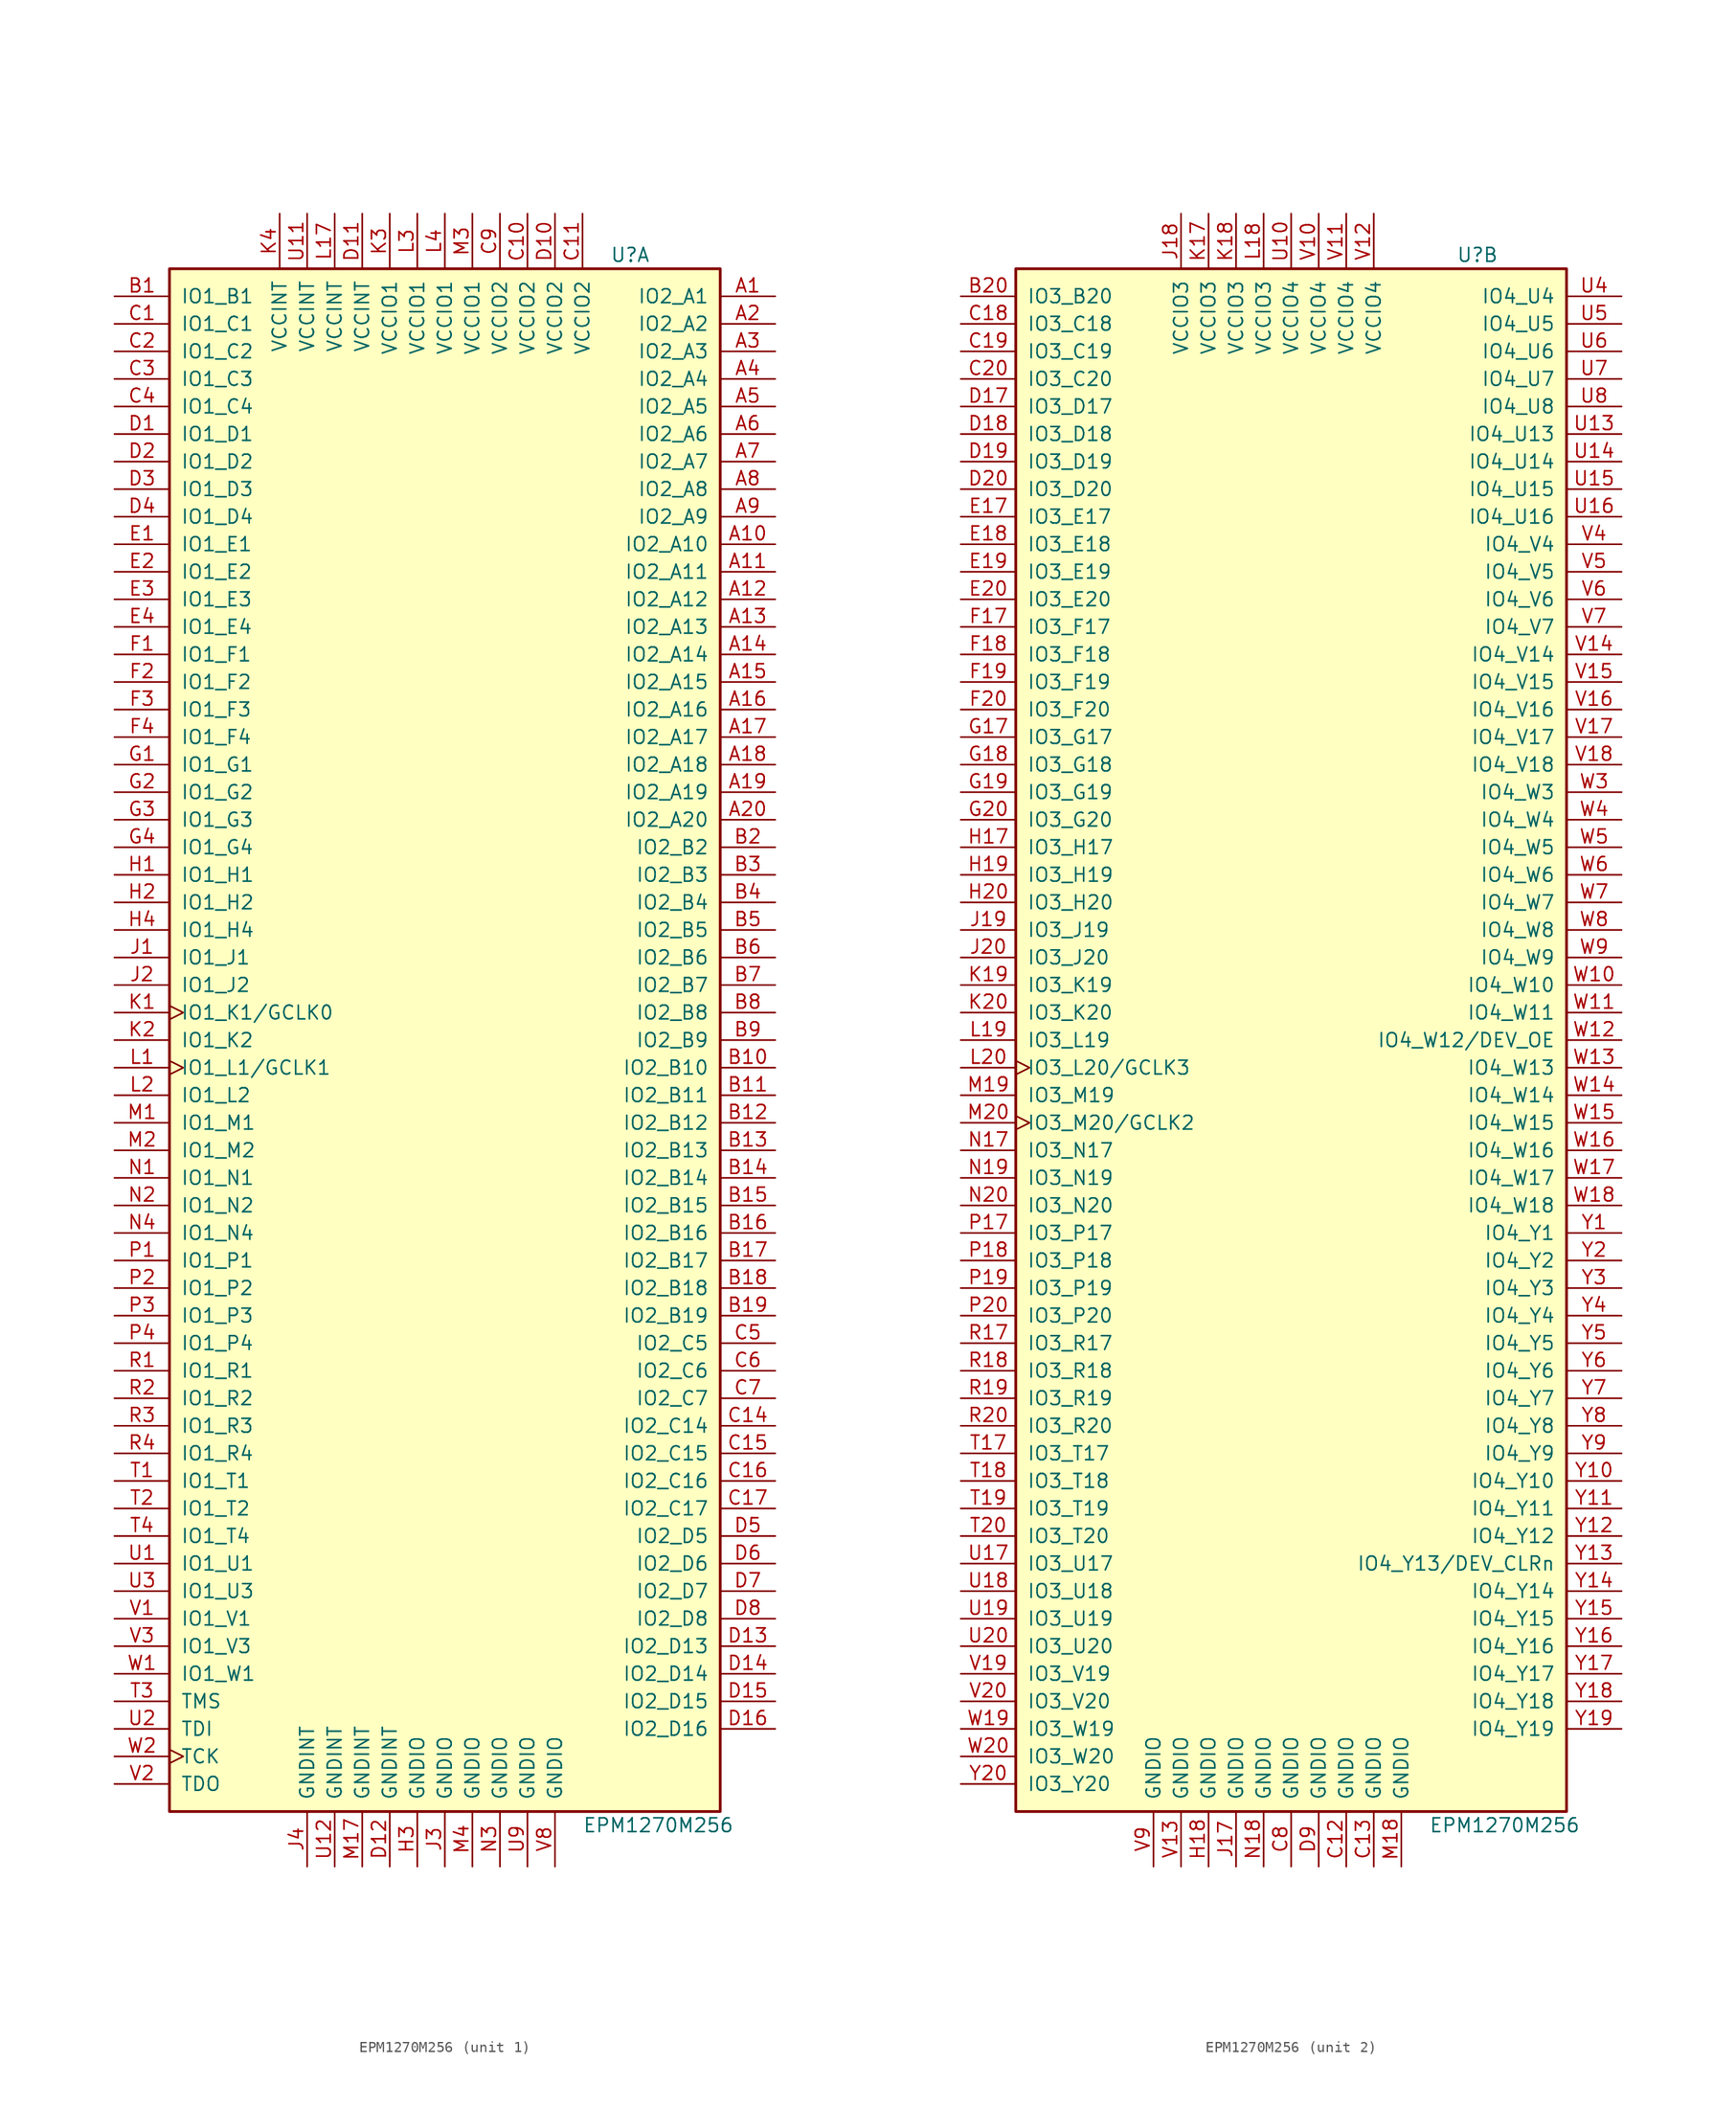
<source format=kicad_sym>
(kicad_symbol_lib
  (version 20211014)
  (generator kicad_symbol_editor)
  (symbol "EPM1270M256"
    (pin_names
      (offset 1.016))
    (property "Reference" "U"
      (at 15.24 72.39 0)
      (effects (font (size 1.27 1.27)) (justify left)))
    (property "Value" "EPM1270M256"
      (at 12.7 -72.39 0)
      (effects (font (size 1.27 1.27)) (justify left)))
    (property "ki_locked" ""
      (at 0 0 0)
      (effects (font (size 1.27 1.27))))
    (symbol "EPM1270M256_1_1"
      (rectangle (start -25.4 71.12) (end 25.4 -71.12) (stroke (width 0.254) (type default) (color 0 0 0 0)) (fill (type background)))
      (pin bidirectional line (at 30.48 68.58 180) (length 5.08) (name "IO2_A1" (effects (font (size 1.27 1.27)))) (number "A1" (effects (font (size 1.27 1.27)))))
      (pin bidirectional line (at 30.48 45.72 180) (length 5.08) (name "IO2_A10" (effects (font (size 1.27 1.27)))) (number "A10" (effects (font (size 1.27 1.27)))))
      (pin bidirectional line (at 30.48 43.18 180) (length 5.08) (name "IO2_A11" (effects (font (size 1.27 1.27)))) (number "A11" (effects (font (size 1.27 1.27)))))
      (pin bidirectional line (at 30.48 40.64 180) (length 5.08) (name "IO2_A12" (effects (font (size 1.27 1.27)))) (number "A12" (effects (font (size 1.27 1.27)))))
      (pin bidirectional line (at 30.48 38.1 180) (length 5.08) (name "IO2_A13" (effects (font (size 1.27 1.27)))) (number "A13" (effects (font (size 1.27 1.27)))))
      (pin bidirectional line (at 30.48 35.56 180) (length 5.08) (name "IO2_A14" (effects (font (size 1.27 1.27)))) (number "A14" (effects (font (size 1.27 1.27)))))
      (pin bidirectional line (at 30.48 33.02 180) (length 5.08) (name "IO2_A15" (effects (font (size 1.27 1.27)))) (number "A15" (effects (font (size 1.27 1.27)))))
      (pin bidirectional line (at 30.48 30.48 180) (length 5.08) (name "IO2_A16" (effects (font (size 1.27 1.27)))) (number "A16" (effects (font (size 1.27 1.27)))))
      (pin bidirectional line (at 30.48 27.94 180) (length 5.08) (name "IO2_A17" (effects (font (size 1.27 1.27)))) (number "A17" (effects (font (size 1.27 1.27)))))
      (pin bidirectional line (at 30.48 25.4 180) (length 5.08) (name "IO2_A18" (effects (font (size 1.27 1.27)))) (number "A18" (effects (font (size 1.27 1.27)))))
      (pin bidirectional line (at 30.48 22.86 180) (length 5.08) (name "IO2_A19" (effects (font (size 1.27 1.27)))) (number "A19" (effects (font (size 1.27 1.27)))))
      (pin bidirectional line (at 30.48 66.04 180) (length 5.08) (name "IO2_A2" (effects (font (size 1.27 1.27)))) (number "A2" (effects (font (size 1.27 1.27)))))
      (pin bidirectional line (at 30.48 20.32 180) (length 5.08) (name "IO2_A20" (effects (font (size 1.27 1.27)))) (number "A20" (effects (font (size 1.27 1.27)))))
      (pin bidirectional line (at 30.48 63.5 180) (length 5.08) (name "IO2_A3" (effects (font (size 1.27 1.27)))) (number "A3" (effects (font (size 1.27 1.27)))))
      (pin bidirectional line (at 30.48 60.96 180) (length 5.08) (name "IO2_A4" (effects (font (size 1.27 1.27)))) (number "A4" (effects (font (size 1.27 1.27)))))
      (pin bidirectional line (at 30.48 58.42 180) (length 5.08) (name "IO2_A5" (effects (font (size 1.27 1.27)))) (number "A5" (effects (font (size 1.27 1.27)))))
      (pin bidirectional line (at 30.48 55.88 180) (length 5.08) (name "IO2_A6" (effects (font (size 1.27 1.27)))) (number "A6" (effects (font (size 1.27 1.27)))))
      (pin bidirectional line (at 30.48 53.34 180) (length 5.08) (name "IO2_A7" (effects (font (size 1.27 1.27)))) (number "A7" (effects (font (size 1.27 1.27)))))
      (pin bidirectional line (at 30.48 50.8 180) (length 5.08) (name "IO2_A8" (effects (font (size 1.27 1.27)))) (number "A8" (effects (font (size 1.27 1.27)))))
      (pin bidirectional line (at 30.48 48.26 180) (length 5.08) (name "IO2_A9" (effects (font (size 1.27 1.27)))) (number "A9" (effects (font (size 1.27 1.27)))))
      (pin bidirectional line (at -30.48 68.58 0) (length 5.08) (name "IO1_B1" (effects (font (size 1.27 1.27)))) (number "B1" (effects (font (size 1.27 1.27)))))
      (pin bidirectional line (at 30.48 -2.54 180) (length 5.08) (name "IO2_B10" (effects (font (size 1.27 1.27)))) (number "B10" (effects (font (size 1.27 1.27)))))
      (pin bidirectional line (at 30.48 -5.08 180) (length 5.08) (name "IO2_B11" (effects (font (size 1.27 1.27)))) (number "B11" (effects (font (size 1.27 1.27)))))
      (pin bidirectional line (at 30.48 -7.62 180) (length 5.08) (name "IO2_B12" (effects (font (size 1.27 1.27)))) (number "B12" (effects (font (size 1.27 1.27)))))
      (pin bidirectional line (at 30.48 -10.16 180) (length 5.08) (name "IO2_B13" (effects (font (size 1.27 1.27)))) (number "B13" (effects (font (size 1.27 1.27)))))
      (pin bidirectional line (at 30.48 -12.7 180) (length 5.08) (name "IO2_B14" (effects (font (size 1.27 1.27)))) (number "B14" (effects (font (size 1.27 1.27)))))
      (pin bidirectional line (at 30.48 -15.24 180) (length 5.08) (name "IO2_B15" (effects (font (size 1.27 1.27)))) (number "B15" (effects (font (size 1.27 1.27)))))
      (pin bidirectional line (at 30.48 -17.78 180) (length 5.08) (name "IO2_B16" (effects (font (size 1.27 1.27)))) (number "B16" (effects (font (size 1.27 1.27)))))
      (pin bidirectional line (at 30.48 -20.32 180) (length 5.08) (name "IO2_B17" (effects (font (size 1.27 1.27)))) (number "B17" (effects (font (size 1.27 1.27)))))
      (pin bidirectional line (at 30.48 -22.86 180) (length 5.08) (name "IO2_B18" (effects (font (size 1.27 1.27)))) (number "B18" (effects (font (size 1.27 1.27)))))
      (pin bidirectional line (at 30.48 -25.4 180) (length 5.08) (name "IO2_B19" (effects (font (size 1.27 1.27)))) (number "B19" (effects (font (size 1.27 1.27)))))
      (pin bidirectional line (at 30.48 17.78 180) (length 5.08) (name "IO2_B2" (effects (font (size 1.27 1.27)))) (number "B2" (effects (font (size 1.27 1.27)))))
      (pin bidirectional line (at 30.48 15.24 180) (length 5.08) (name "IO2_B3" (effects (font (size 1.27 1.27)))) (number "B3" (effects (font (size 1.27 1.27)))))
      (pin bidirectional line (at 30.48 12.7 180) (length 5.08) (name "IO2_B4" (effects (font (size 1.27 1.27)))) (number "B4" (effects (font (size 1.27 1.27)))))
      (pin bidirectional line (at 30.48 10.16 180) (length 5.08) (name "IO2_B5" (effects (font (size 1.27 1.27)))) (number "B5" (effects (font (size 1.27 1.27)))))
      (pin bidirectional line (at 30.48 7.62 180) (length 5.08) (name "IO2_B6" (effects (font (size 1.27 1.27)))) (number "B6" (effects (font (size 1.27 1.27)))))
      (pin bidirectional line (at 30.48 5.08 180) (length 5.08) (name "IO2_B7" (effects (font (size 1.27 1.27)))) (number "B7" (effects (font (size 1.27 1.27)))))
      (pin bidirectional line (at 30.48 2.54 180) (length 5.08) (name "IO2_B8" (effects (font (size 1.27 1.27)))) (number "B8" (effects (font (size 1.27 1.27)))))
      (pin bidirectional line (at 30.48 0 180) (length 5.08) (name "IO2_B9" (effects (font (size 1.27 1.27)))) (number "B9" (effects (font (size 1.27 1.27)))))
      (pin bidirectional line (at -30.48 66.04 0) (length 5.08) (name "IO1_C1" (effects (font (size 1.27 1.27)))) (number "C1" (effects (font (size 1.27 1.27)))))
      (pin power_in line (at 7.62 76.2 270) (length 5.08) (name "VCCIO2" (effects (font (size 1.27 1.27)))) (number "C10" (effects (font (size 1.27 1.27)))))
      (pin power_in line (at 12.7 76.2 270) (length 5.08) (name "VCCIO2" (effects (font (size 1.27 1.27)))) (number "C11" (effects (font (size 1.27 1.27)))))
      (pin bidirectional line (at 30.48 -35.56 180) (length 5.08) (name "IO2_C14" (effects (font (size 1.27 1.27)))) (number "C14" (effects (font (size 1.27 1.27)))))
      (pin bidirectional line (at 30.48 -38.1 180) (length 5.08) (name "IO2_C15" (effects (font (size 1.27 1.27)))) (number "C15" (effects (font (size 1.27 1.27)))))
      (pin bidirectional line (at 30.48 -40.64 180) (length 5.08) (name "IO2_C16" (effects (font (size 1.27 1.27)))) (number "C16" (effects (font (size 1.27 1.27)))))
      (pin bidirectional line (at 30.48 -43.18 180) (length 5.08) (name "IO2_C17" (effects (font (size 1.27 1.27)))) (number "C17" (effects (font (size 1.27 1.27)))))
      (pin bidirectional line (at -30.48 63.5 0) (length 5.08) (name "IO1_C2" (effects (font (size 1.27 1.27)))) (number "C2" (effects (font (size 1.27 1.27)))))
      (pin bidirectional line (at -30.48 60.96 0) (length 5.08) (name "IO1_C3" (effects (font (size 1.27 1.27)))) (number "C3" (effects (font (size 1.27 1.27)))))
      (pin bidirectional line (at -30.48 58.42 0) (length 5.08) (name "IO1_C4" (effects (font (size 1.27 1.27)))) (number "C4" (effects (font (size 1.27 1.27)))))
      (pin bidirectional line (at 30.48 -27.94 180) (length 5.08) (name "IO2_C5" (effects (font (size 1.27 1.27)))) (number "C5" (effects (font (size 1.27 1.27)))))
      (pin bidirectional line (at 30.48 -30.48 180) (length 5.08) (name "IO2_C6" (effects (font (size 1.27 1.27)))) (number "C6" (effects (font (size 1.27 1.27)))))
      (pin bidirectional line (at 30.48 -33.02 180) (length 5.08) (name "IO2_C7" (effects (font (size 1.27 1.27)))) (number "C7" (effects (font (size 1.27 1.27)))))
      (pin power_in line (at 5.08 76.2 270) (length 5.08) (name "VCCIO2" (effects (font (size 1.27 1.27)))) (number "C9" (effects (font (size 1.27 1.27)))))
      (pin bidirectional line (at -30.48 55.88 0) (length 5.08) (name "IO1_D1" (effects (font (size 1.27 1.27)))) (number "D1" (effects (font (size 1.27 1.27)))))
      (pin power_in line (at 10.16 76.2 270) (length 5.08) (name "VCCIO2" (effects (font (size 1.27 1.27)))) (number "D10" (effects (font (size 1.27 1.27)))))
      (pin power_in line (at -7.62 76.2 270) (length 5.08) (name "VCCINT" (effects (font (size 1.27 1.27)))) (number "D11" (effects (font (size 1.27 1.27)))))
      (pin power_in line (at -5.08 -76.2 90) (length 5.08) (name "GNDINT" (effects (font (size 1.27 1.27)))) (number "D12" (effects (font (size 1.27 1.27)))))
      (pin bidirectional line (at 30.48 -55.88 180) (length 5.08) (name "IO2_D13" (effects (font (size 1.27 1.27)))) (number "D13" (effects (font (size 1.27 1.27)))))
      (pin bidirectional line (at 30.48 -58.42 180) (length 5.08) (name "IO2_D14" (effects (font (size 1.27 1.27)))) (number "D14" (effects (font (size 1.27 1.27)))))
      (pin bidirectional line (at 30.48 -60.96 180) (length 5.08) (name "IO2_D15" (effects (font (size 1.27 1.27)))) (number "D15" (effects (font (size 1.27 1.27)))))
      (pin bidirectional line (at 30.48 -63.5 180) (length 5.08) (name "IO2_D16" (effects (font (size 1.27 1.27)))) (number "D16" (effects (font (size 1.27 1.27)))))
      (pin bidirectional line (at -30.48 53.34 0) (length 5.08) (name "IO1_D2" (effects (font (size 1.27 1.27)))) (number "D2" (effects (font (size 1.27 1.27)))))
      (pin bidirectional line (at -30.48 50.8 0) (length 5.08) (name "IO1_D3" (effects (font (size 1.27 1.27)))) (number "D3" (effects (font (size 1.27 1.27)))))
      (pin bidirectional line (at -30.48 48.26 0) (length 5.08) (name "IO1_D4" (effects (font (size 1.27 1.27)))) (number "D4" (effects (font (size 1.27 1.27)))))
      (pin bidirectional line (at 30.48 -45.72 180) (length 5.08) (name "IO2_D5" (effects (font (size 1.27 1.27)))) (number "D5" (effects (font (size 1.27 1.27)))))
      (pin bidirectional line (at 30.48 -48.26 180) (length 5.08) (name "IO2_D6" (effects (font (size 1.27 1.27)))) (number "D6" (effects (font (size 1.27 1.27)))))
      (pin bidirectional line (at 30.48 -50.8 180) (length 5.08) (name "IO2_D7" (effects (font (size 1.27 1.27)))) (number "D7" (effects (font (size 1.27 1.27)))))
      (pin bidirectional line (at 30.48 -53.34 180) (length 5.08) (name "IO2_D8" (effects (font (size 1.27 1.27)))) (number "D8" (effects (font (size 1.27 1.27)))))
      (pin bidirectional line (at -30.48 45.72 0) (length 5.08) (name "IO1_E1" (effects (font (size 1.27 1.27)))) (number "E1" (effects (font (size 1.27 1.27)))))
      (pin bidirectional line (at -30.48 43.18 0) (length 5.08) (name "IO1_E2" (effects (font (size 1.27 1.27)))) (number "E2" (effects (font (size 1.27 1.27)))))
      (pin bidirectional line (at -30.48 40.64 0) (length 5.08) (name "IO1_E3" (effects (font (size 1.27 1.27)))) (number "E3" (effects (font (size 1.27 1.27)))))
      (pin bidirectional line (at -30.48 38.1 0) (length 5.08) (name "IO1_E4" (effects (font (size 1.27 1.27)))) (number "E4" (effects (font (size 1.27 1.27)))))
      (pin bidirectional line (at -30.48 35.56 0) (length 5.08) (name "IO1_F1" (effects (font (size 1.27 1.27)))) (number "F1" (effects (font (size 1.27 1.27)))))
      (pin bidirectional line (at -30.48 33.02 0) (length 5.08) (name "IO1_F2" (effects (font (size 1.27 1.27)))) (number "F2" (effects (font (size 1.27 1.27)))))
      (pin bidirectional line (at -30.48 30.48 0) (length 5.08) (name "IO1_F3" (effects (font (size 1.27 1.27)))) (number "F3" (effects (font (size 1.27 1.27)))))
      (pin bidirectional line (at -30.48 27.94 0) (length 5.08) (name "IO1_F4" (effects (font (size 1.27 1.27)))) (number "F4" (effects (font (size 1.27 1.27)))))
      (pin bidirectional line (at -30.48 25.4 0) (length 5.08) (name "IO1_G1" (effects (font (size 1.27 1.27)))) (number "G1" (effects (font (size 1.27 1.27)))))
      (pin bidirectional line (at -30.48 22.86 0) (length 5.08) (name "IO1_G2" (effects (font (size 1.27 1.27)))) (number "G2" (effects (font (size 1.27 1.27)))))
      (pin bidirectional line (at -30.48 20.32 0) (length 5.08) (name "IO1_G3" (effects (font (size 1.27 1.27)))) (number "G3" (effects (font (size 1.27 1.27)))))
      (pin bidirectional line (at -30.48 17.78 0) (length 5.08) (name "IO1_G4" (effects (font (size 1.27 1.27)))) (number "G4" (effects (font (size 1.27 1.27)))))
      (pin bidirectional line (at -30.48 15.24 0) (length 5.08) (name "IO1_H1" (effects (font (size 1.27 1.27)))) (number "H1" (effects (font (size 1.27 1.27)))))
      (pin bidirectional line (at -30.48 12.7 0) (length 5.08) (name "IO1_H2" (effects (font (size 1.27 1.27)))) (number "H2" (effects (font (size 1.27 1.27)))))
      (pin power_in line (at -2.54 -76.2 90) (length 5.08) (name "GNDIO" (effects (font (size 1.27 1.27)))) (number "H3" (effects (font (size 1.27 1.27)))))
      (pin bidirectional line (at -30.48 10.16 0) (length 5.08) (name "IO1_H4" (effects (font (size 1.27 1.27)))) (number "H4" (effects (font (size 1.27 1.27)))))
      (pin bidirectional line (at -30.48 7.62 0) (length 5.08) (name "IO1_J1" (effects (font (size 1.27 1.27)))) (number "J1" (effects (font (size 1.27 1.27)))))
      (pin bidirectional line (at -30.48 5.08 0) (length 5.08) (name "IO1_J2" (effects (font (size 1.27 1.27)))) (number "J2" (effects (font (size 1.27 1.27)))))
      (pin power_in line (at 0 -76.2 90) (length 5.08) (name "GNDIO" (effects (font (size 1.27 1.27)))) (number "J3" (effects (font (size 1.27 1.27)))))
      (pin power_in line (at -12.7 -76.2 90) (length 5.08) (name "GNDINT" (effects (font (size 1.27 1.27)))) (number "J4" (effects (font (size 1.27 1.27)))))
      (pin bidirectional clock (at -30.48 2.54 0) (length 5.08) (name "IO1_K1/GCLK0" (effects (font (size 1.27 1.27)))) (number "K1" (effects (font (size 1.27 1.27)))))
      (pin bidirectional line (at -30.48 0 0) (length 5.08) (name "IO1_K2" (effects (font (size 1.27 1.27)))) (number "K2" (effects (font (size 1.27 1.27)))))
      (pin power_in line (at -5.08 76.2 270) (length 5.08) (name "VCCIO1" (effects (font (size 1.27 1.27)))) (number "K3" (effects (font (size 1.27 1.27)))))
      (pin power_in line (at -15.24 76.2 270) (length 5.08) (name "VCCINT" (effects (font (size 1.27 1.27)))) (number "K4" (effects (font (size 1.27 1.27)))))
      (pin bidirectional clock (at -30.48 -2.54 0) (length 5.08) (name "IO1_L1/GCLK1" (effects (font (size 1.27 1.27)))) (number "L1" (effects (font (size 1.27 1.27)))))
      (pin power_in line (at -10.16 76.2 270) (length 5.08) (name "VCCINT" (effects (font (size 1.27 1.27)))) (number "L17" (effects (font (size 1.27 1.27)))))
      (pin bidirectional line (at -30.48 -5.08 0) (length 5.08) (name "IO1_L2" (effects (font (size 1.27 1.27)))) (number "L2" (effects (font (size 1.27 1.27)))))
      (pin power_in line (at -2.54 76.2 270) (length 5.08) (name "VCCIO1" (effects (font (size 1.27 1.27)))) (number "L3" (effects (font (size 1.27 1.27)))))
      (pin power_in line (at 0 76.2 270) (length 5.08) (name "VCCIO1" (effects (font (size 1.27 1.27)))) (number "L4" (effects (font (size 1.27 1.27)))))
      (pin bidirectional line (at -30.48 -7.62 0) (length 5.08) (name "IO1_M1" (effects (font (size 1.27 1.27)))) (number "M1" (effects (font (size 1.27 1.27)))))
      (pin power_in line (at -7.62 -76.2 90) (length 5.08) (name "GNDINT" (effects (font (size 1.27 1.27)))) (number "M17" (effects (font (size 1.27 1.27)))))
      (pin bidirectional line (at -30.48 -10.16 0) (length 5.08) (name "IO1_M2" (effects (font (size 1.27 1.27)))) (number "M2" (effects (font (size 1.27 1.27)))))
      (pin power_in line (at 2.54 76.2 270) (length 5.08) (name "VCCIO1" (effects (font (size 1.27 1.27)))) (number "M3" (effects (font (size 1.27 1.27)))))
      (pin power_in line (at 2.54 -76.2 90) (length 5.08) (name "GNDIO" (effects (font (size 1.27 1.27)))) (number "M4" (effects (font (size 1.27 1.27)))))
      (pin bidirectional line (at -30.48 -12.7 0) (length 5.08) (name "IO1_N1" (effects (font (size 1.27 1.27)))) (number "N1" (effects (font (size 1.27 1.27)))))
      (pin bidirectional line (at -30.48 -15.24 0) (length 5.08) (name "IO1_N2" (effects (font (size 1.27 1.27)))) (number "N2" (effects (font (size 1.27 1.27)))))
      (pin power_in line (at 5.08 -76.2 90) (length 5.08) (name "GNDIO" (effects (font (size 1.27 1.27)))) (number "N3" (effects (font (size 1.27 1.27)))))
      (pin bidirectional line (at -30.48 -17.78 0) (length 5.08) (name "IO1_N4" (effects (font (size 1.27 1.27)))) (number "N4" (effects (font (size 1.27 1.27)))))
      (pin bidirectional line (at -30.48 -20.32 0) (length 5.08) (name "IO1_P1" (effects (font (size 1.27 1.27)))) (number "P1" (effects (font (size 1.27 1.27)))))
      (pin bidirectional line (at -30.48 -22.86 0) (length 5.08) (name "IO1_P2" (effects (font (size 1.27 1.27)))) (number "P2" (effects (font (size 1.27 1.27)))))
      (pin bidirectional line (at -30.48 -25.4 0) (length 5.08) (name "IO1_P3" (effects (font (size 1.27 1.27)))) (number "P3" (effects (font (size 1.27 1.27)))))
      (pin bidirectional line (at -30.48 -27.94 0) (length 5.08) (name "IO1_P4" (effects (font (size 1.27 1.27)))) (number "P4" (effects (font (size 1.27 1.27)))))
      (pin bidirectional line (at -30.48 -30.48 0) (length 5.08) (name "IO1_R1" (effects (font (size 1.27 1.27)))) (number "R1" (effects (font (size 1.27 1.27)))))
      (pin bidirectional line (at -30.48 -33.02 0) (length 5.08) (name "IO1_R2" (effects (font (size 1.27 1.27)))) (number "R2" (effects (font (size 1.27 1.27)))))
      (pin bidirectional line (at -30.48 -35.56 0) (length 5.08) (name "IO1_R3" (effects (font (size 1.27 1.27)))) (number "R3" (effects (font (size 1.27 1.27)))))
      (pin bidirectional line (at -30.48 -38.1 0) (length 5.08) (name "IO1_R4" (effects (font (size 1.27 1.27)))) (number "R4" (effects (font (size 1.27 1.27)))))
      (pin bidirectional line (at -30.48 -40.64 0) (length 5.08) (name "IO1_T1" (effects (font (size 1.27 1.27)))) (number "T1" (effects (font (size 1.27 1.27)))))
      (pin bidirectional line (at -30.48 -43.18 0) (length 5.08) (name "IO1_T2" (effects (font (size 1.27 1.27)))) (number "T2" (effects (font (size 1.27 1.27)))))
      (pin input line (at -30.48 -60.96 0) (length 5.08) (name "TMS" (effects (font (size 1.27 1.27)))) (number "T3" (effects (font (size 1.27 1.27)))))
      (pin bidirectional line (at -30.48 -45.72 0) (length 5.08) (name "IO1_T4" (effects (font (size 1.27 1.27)))) (number "T4" (effects (font (size 1.27 1.27)))))
      (pin bidirectional line (at -30.48 -48.26 0) (length 5.08) (name "IO1_U1" (effects (font (size 1.27 1.27)))) (number "U1" (effects (font (size 1.27 1.27)))))
      (pin power_in line (at -12.7 76.2 270) (length 5.08) (name "VCCINT" (effects (font (size 1.27 1.27)))) (number "U11" (effects (font (size 1.27 1.27)))))
      (pin power_in line (at -10.16 -76.2 90) (length 5.08) (name "GNDINT" (effects (font (size 1.27 1.27)))) (number "U12" (effects (font (size 1.27 1.27)))))
      (pin input line (at -30.48 -63.5 0) (length 5.08) (name "TDI" (effects (font (size 1.27 1.27)))) (number "U2" (effects (font (size 1.27 1.27)))))
      (pin bidirectional line (at -30.48 -50.8 0) (length 5.08) (name "IO1_U3" (effects (font (size 1.27 1.27)))) (number "U3" (effects (font (size 1.27 1.27)))))
      (pin power_in line (at 7.62 -76.2 90) (length 5.08) (name "GNDIO" (effects (font (size 1.27 1.27)))) (number "U9" (effects (font (size 1.27 1.27)))))
      (pin bidirectional line (at -30.48 -53.34 0) (length 5.08) (name "IO1_V1" (effects (font (size 1.27 1.27)))) (number "V1" (effects (font (size 1.27 1.27)))))
      (pin output line (at -30.48 -68.58 0) (length 5.08) (name "TDO" (effects (font (size 1.27 1.27)))) (number "V2" (effects (font (size 1.27 1.27)))))
      (pin bidirectional line (at -30.48 -55.88 0) (length 5.08) (name "IO1_V3" (effects (font (size 1.27 1.27)))) (number "V3" (effects (font (size 1.27 1.27)))))
      (pin power_in line (at 10.16 -76.2 90) (length 5.08) (name "GNDIO" (effects (font (size 1.27 1.27)))) (number "V8" (effects (font (size 1.27 1.27)))))
      (pin bidirectional line (at -30.48 -58.42 0) (length 5.08) (name "IO1_W1" (effects (font (size 1.27 1.27)))) (number "W1" (effects (font (size 1.27 1.27)))))
      (pin input clock (at -30.48 -66.04 0) (length 5.08) (name "TCK" (effects (font (size 1.27 1.27)))) (number "W2" (effects (font (size 1.27 1.27))))))
    (symbol "EPM1270M256_2_1"
      (rectangle (start -25.4 71.12) (end 25.4 -71.12) (stroke (width 0.254) (type default) (color 0 0 0 0)) (fill (type background)))
      (pin bidirectional line (at -30.48 68.58 0) (length 5.08) (name "IO3_B20" (effects (font (size 1.27 1.27)))) (number "B20" (effects (font (size 1.27 1.27)))))
      (pin power_in line (at 5.08 -76.2 90) (length 5.08) (name "GNDIO" (effects (font (size 1.27 1.27)))) (number "C12" (effects (font (size 1.27 1.27)))))
      (pin power_in line (at 7.62 -76.2 90) (length 5.08) (name "GNDIO" (effects (font (size 1.27 1.27)))) (number "C13" (effects (font (size 1.27 1.27)))))
      (pin bidirectional line (at -30.48 66.04 0) (length 5.08) (name "IO3_C18" (effects (font (size 1.27 1.27)))) (number "C18" (effects (font (size 1.27 1.27)))))
      (pin bidirectional line (at -30.48 63.5 0) (length 5.08) (name "IO3_C19" (effects (font (size 1.27 1.27)))) (number "C19" (effects (font (size 1.27 1.27)))))
      (pin bidirectional line (at -30.48 60.96 0) (length 5.08) (name "IO3_C20" (effects (font (size 1.27 1.27)))) (number "C20" (effects (font (size 1.27 1.27)))))
      (pin power_in line (at 0 -76.2 90) (length 5.08) (name "GNDIO" (effects (font (size 1.27 1.27)))) (number "C8" (effects (font (size 1.27 1.27)))))
      (pin bidirectional line (at -30.48 58.42 0) (length 5.08) (name "IO3_D17" (effects (font (size 1.27 1.27)))) (number "D17" (effects (font (size 1.27 1.27)))))
      (pin bidirectional line (at -30.48 55.88 0) (length 5.08) (name "IO3_D18" (effects (font (size 1.27 1.27)))) (number "D18" (effects (font (size 1.27 1.27)))))
      (pin bidirectional line (at -30.48 53.34 0) (length 5.08) (name "IO3_D19" (effects (font (size 1.27 1.27)))) (number "D19" (effects (font (size 1.27 1.27)))))
      (pin bidirectional line (at -30.48 50.8 0) (length 5.08) (name "IO3_D20" (effects (font (size 1.27 1.27)))) (number "D20" (effects (font (size 1.27 1.27)))))
      (pin power_in line (at 2.54 -76.2 90) (length 5.08) (name "GNDIO" (effects (font (size 1.27 1.27)))) (number "D9" (effects (font (size 1.27 1.27)))))
      (pin bidirectional line (at -30.48 48.26 0) (length 5.08) (name "IO3_E17" (effects (font (size 1.27 1.27)))) (number "E17" (effects (font (size 1.27 1.27)))))
      (pin bidirectional line (at -30.48 45.72 0) (length 5.08) (name "IO3_E18" (effects (font (size 1.27 1.27)))) (number "E18" (effects (font (size 1.27 1.27)))))
      (pin bidirectional line (at -30.48 43.18 0) (length 5.08) (name "IO3_E19" (effects (font (size 1.27 1.27)))) (number "E19" (effects (font (size 1.27 1.27)))))
      (pin bidirectional line (at -30.48 40.64 0) (length 5.08) (name "IO3_E20" (effects (font (size 1.27 1.27)))) (number "E20" (effects (font (size 1.27 1.27)))))
      (pin bidirectional line (at -30.48 38.1 0) (length 5.08) (name "IO3_F17" (effects (font (size 1.27 1.27)))) (number "F17" (effects (font (size 1.27 1.27)))))
      (pin bidirectional line (at -30.48 35.56 0) (length 5.08) (name "IO3_F18" (effects (font (size 1.27 1.27)))) (number "F18" (effects (font (size 1.27 1.27)))))
      (pin bidirectional line (at -30.48 33.02 0) (length 5.08) (name "IO3_F19" (effects (font (size 1.27 1.27)))) (number "F19" (effects (font (size 1.27 1.27)))))
      (pin bidirectional line (at -30.48 30.48 0) (length 5.08) (name "IO3_F20" (effects (font (size 1.27 1.27)))) (number "F20" (effects (font (size 1.27 1.27)))))
      (pin bidirectional line (at -30.48 27.94 0) (length 5.08) (name "IO3_G17" (effects (font (size 1.27 1.27)))) (number "G17" (effects (font (size 1.27 1.27)))))
      (pin bidirectional line (at -30.48 25.4 0) (length 5.08) (name "IO3_G18" (effects (font (size 1.27 1.27)))) (number "G18" (effects (font (size 1.27 1.27)))))
      (pin bidirectional line (at -30.48 22.86 0) (length 5.08) (name "IO3_G19" (effects (font (size 1.27 1.27)))) (number "G19" (effects (font (size 1.27 1.27)))))
      (pin bidirectional line (at -30.48 20.32 0) (length 5.08) (name "IO3_G20" (effects (font (size 1.27 1.27)))) (number "G20" (effects (font (size 1.27 1.27)))))
      (pin bidirectional line (at -30.48 17.78 0) (length 5.08) (name "IO3_H17" (effects (font (size 1.27 1.27)))) (number "H17" (effects (font (size 1.27 1.27)))))
      (pin power_in line (at -7.62 -76.2 90) (length 5.08) (name "GNDIO" (effects (font (size 1.27 1.27)))) (number "H18" (effects (font (size 1.27 1.27)))))
      (pin bidirectional line (at -30.48 15.24 0) (length 5.08) (name "IO3_H19" (effects (font (size 1.27 1.27)))) (number "H19" (effects (font (size 1.27 1.27)))))
      (pin bidirectional line (at -30.48 12.7 0) (length 5.08) (name "IO3_H20" (effects (font (size 1.27 1.27)))) (number "H20" (effects (font (size 1.27 1.27)))))
      (pin power_in line (at -5.08 -76.2 90) (length 5.08) (name "GNDIO" (effects (font (size 1.27 1.27)))) (number "J17" (effects (font (size 1.27 1.27)))))
      (pin power_in line (at -10.16 76.2 270) (length 5.08) (name "VCCIO3" (effects (font (size 1.27 1.27)))) (number "J18" (effects (font (size 1.27 1.27)))))
      (pin bidirectional line (at -30.48 10.16 0) (length 5.08) (name "IO3_J19" (effects (font (size 1.27 1.27)))) (number "J19" (effects (font (size 1.27 1.27)))))
      (pin bidirectional line (at -30.48 7.62 0) (length 5.08) (name "IO3_J20" (effects (font (size 1.27 1.27)))) (number "J20" (effects (font (size 1.27 1.27)))))
      (pin power_in line (at -7.62 76.2 270) (length 5.08) (name "VCCIO3" (effects (font (size 1.27 1.27)))) (number "K17" (effects (font (size 1.27 1.27)))))
      (pin power_in line (at -5.08 76.2 270) (length 5.08) (name "VCCIO3" (effects (font (size 1.27 1.27)))) (number "K18" (effects (font (size 1.27 1.27)))))
      (pin bidirectional line (at -30.48 5.08 0) (length 5.08) (name "IO3_K19" (effects (font (size 1.27 1.27)))) (number "K19" (effects (font (size 1.27 1.27)))))
      (pin bidirectional line (at -30.48 2.54 0) (length 5.08) (name "IO3_K20" (effects (font (size 1.27 1.27)))) (number "K20" (effects (font (size 1.27 1.27)))))
      (pin power_in line (at -2.54 76.2 270) (length 5.08) (name "VCCIO3" (effects (font (size 1.27 1.27)))) (number "L18" (effects (font (size 1.27 1.27)))))
      (pin bidirectional line (at -30.48 0 0) (length 5.08) (name "IO3_L19" (effects (font (size 1.27 1.27)))) (number "L19" (effects (font (size 1.27 1.27)))))
      (pin bidirectional clock (at -30.48 -2.54 0) (length 5.08) (name "IO3_L20/GCLK3" (effects (font (size 1.27 1.27)))) (number "L20" (effects (font (size 1.27 1.27)))))
      (pin power_in line (at 10.16 -76.2 90) (length 5.08) (name "GNDIO" (effects (font (size 1.27 1.27)))) (number "M18" (effects (font (size 1.27 1.27)))))
      (pin bidirectional line (at -30.48 -5.08 0) (length 5.08) (name "IO3_M19" (effects (font (size 1.27 1.27)))) (number "M19" (effects (font (size 1.27 1.27)))))
      (pin bidirectional clock (at -30.48 -7.62 0) (length 5.08) (name "IO3_M20/GCLK2" (effects (font (size 1.27 1.27)))) (number "M20" (effects (font (size 1.27 1.27)))))
      (pin bidirectional line (at -30.48 -10.16 0) (length 5.08) (name "IO3_N17" (effects (font (size 1.27 1.27)))) (number "N17" (effects (font (size 1.27 1.27)))))
      (pin power_in line (at -2.54 -76.2 90) (length 5.08) (name "GNDIO" (effects (font (size 1.27 1.27)))) (number "N18" (effects (font (size 1.27 1.27)))))
      (pin bidirectional line (at -30.48 -12.7 0) (length 5.08) (name "IO3_N19" (effects (font (size 1.27 1.27)))) (number "N19" (effects (font (size 1.27 1.27)))))
      (pin bidirectional line (at -30.48 -15.24 0) (length 5.08) (name "IO3_N20" (effects (font (size 1.27 1.27)))) (number "N20" (effects (font (size 1.27 1.27)))))
      (pin bidirectional line (at -30.48 -17.78 0) (length 5.08) (name "IO3_P17" (effects (font (size 1.27 1.27)))) (number "P17" (effects (font (size 1.27 1.27)))))
      (pin bidirectional line (at -30.48 -20.32 0) (length 5.08) (name "IO3_P18" (effects (font (size 1.27 1.27)))) (number "P18" (effects (font (size 1.27 1.27)))))
      (pin bidirectional line (at -30.48 -22.86 0) (length 5.08) (name "IO3_P19" (effects (font (size 1.27 1.27)))) (number "P19" (effects (font (size 1.27 1.27)))))
      (pin bidirectional line (at -30.48 -25.4 0) (length 5.08) (name "IO3_P20" (effects (font (size 1.27 1.27)))) (number "P20" (effects (font (size 1.27 1.27)))))
      (pin bidirectional line (at -30.48 -27.94 0) (length 5.08) (name "IO3_R17" (effects (font (size 1.27 1.27)))) (number "R17" (effects (font (size 1.27 1.27)))))
      (pin bidirectional line (at -30.48 -30.48 0) (length 5.08) (name "IO3_R18" (effects (font (size 1.27 1.27)))) (number "R18" (effects (font (size 1.27 1.27)))))
      (pin bidirectional line (at -30.48 -33.02 0) (length 5.08) (name "IO3_R19" (effects (font (size 1.27 1.27)))) (number "R19" (effects (font (size 1.27 1.27)))))
      (pin bidirectional line (at -30.48 -35.56 0) (length 5.08) (name "IO3_R20" (effects (font (size 1.27 1.27)))) (number "R20" (effects (font (size 1.27 1.27)))))
      (pin bidirectional line (at -30.48 -38.1 0) (length 5.08) (name "IO3_T17" (effects (font (size 1.27 1.27)))) (number "T17" (effects (font (size 1.27 1.27)))))
      (pin bidirectional line (at -30.48 -40.64 0) (length 5.08) (name "IO3_T18" (effects (font (size 1.27 1.27)))) (number "T18" (effects (font (size 1.27 1.27)))))
      (pin bidirectional line (at -30.48 -43.18 0) (length 5.08) (name "IO3_T19" (effects (font (size 1.27 1.27)))) (number "T19" (effects (font (size 1.27 1.27)))))
      (pin bidirectional line (at -30.48 -45.72 0) (length 5.08) (name "IO3_T20" (effects (font (size 1.27 1.27)))) (number "T20" (effects (font (size 1.27 1.27)))))
      (pin power_in line (at 0 76.2 270) (length 5.08) (name "VCCIO4" (effects (font (size 1.27 1.27)))) (number "U10" (effects (font (size 1.27 1.27)))))
      (pin bidirectional line (at 30.48 55.88 180) (length 5.08) (name "IO4_U13" (effects (font (size 1.27 1.27)))) (number "U13" (effects (font (size 1.27 1.27)))))
      (pin bidirectional line (at 30.48 53.34 180) (length 5.08) (name "IO4_U14" (effects (font (size 1.27 1.27)))) (number "U14" (effects (font (size 1.27 1.27)))))
      (pin bidirectional line (at 30.48 50.8 180) (length 5.08) (name "IO4_U15" (effects (font (size 1.27 1.27)))) (number "U15" (effects (font (size 1.27 1.27)))))
      (pin bidirectional line (at 30.48 48.26 180) (length 5.08) (name "IO4_U16" (effects (font (size 1.27 1.27)))) (number "U16" (effects (font (size 1.27 1.27)))))
      (pin bidirectional line (at -30.48 -48.26 0) (length 5.08) (name "IO3_U17" (effects (font (size 1.27 1.27)))) (number "U17" (effects (font (size 1.27 1.27)))))
      (pin bidirectional line (at -30.48 -50.8 0) (length 5.08) (name "IO3_U18" (effects (font (size 1.27 1.27)))) (number "U18" (effects (font (size 1.27 1.27)))))
      (pin bidirectional line (at -30.48 -53.34 0) (length 5.08) (name "IO3_U19" (effects (font (size 1.27 1.27)))) (number "U19" (effects (font (size 1.27 1.27)))))
      (pin bidirectional line (at -30.48 -55.88 0) (length 5.08) (name "IO3_U20" (effects (font (size 1.27 1.27)))) (number "U20" (effects (font (size 1.27 1.27)))))
      (pin bidirectional line (at 30.48 68.58 180) (length 5.08) (name "IO4_U4" (effects (font (size 1.27 1.27)))) (number "U4" (effects (font (size 1.27 1.27)))))
      (pin bidirectional line (at 30.48 66.04 180) (length 5.08) (name "IO4_U5" (effects (font (size 1.27 1.27)))) (number "U5" (effects (font (size 1.27 1.27)))))
      (pin bidirectional line (at 30.48 63.5 180) (length 5.08) (name "IO4_U6" (effects (font (size 1.27 1.27)))) (number "U6" (effects (font (size 1.27 1.27)))))
      (pin bidirectional line (at 30.48 60.96 180) (length 5.08) (name "IO4_U7" (effects (font (size 1.27 1.27)))) (number "U7" (effects (font (size 1.27 1.27)))))
      (pin bidirectional line (at 30.48 58.42 180) (length 5.08) (name "IO4_U8" (effects (font (size 1.27 1.27)))) (number "U8" (effects (font (size 1.27 1.27)))))
      (pin power_in line (at 2.54 76.2 270) (length 5.08) (name "VCCIO4" (effects (font (size 1.27 1.27)))) (number "V10" (effects (font (size 1.27 1.27)))))
      (pin power_in line (at 5.08 76.2 270) (length 5.08) (name "VCCIO4" (effects (font (size 1.27 1.27)))) (number "V11" (effects (font (size 1.27 1.27)))))
      (pin power_in line (at 7.62 76.2 270) (length 5.08) (name "VCCIO4" (effects (font (size 1.27 1.27)))) (number "V12" (effects (font (size 1.27 1.27)))))
      (pin power_in line (at -10.16 -76.2 90) (length 5.08) (name "GNDIO" (effects (font (size 1.27 1.27)))) (number "V13" (effects (font (size 1.27 1.27)))))
      (pin bidirectional line (at 30.48 35.56 180) (length 5.08) (name "IO4_V14" (effects (font (size 1.27 1.27)))) (number "V14" (effects (font (size 1.27 1.27)))))
      (pin bidirectional line (at 30.48 33.02 180) (length 5.08) (name "IO4_V15" (effects (font (size 1.27 1.27)))) (number "V15" (effects (font (size 1.27 1.27)))))
      (pin bidirectional line (at 30.48 30.48 180) (length 5.08) (name "IO4_V16" (effects (font (size 1.27 1.27)))) (number "V16" (effects (font (size 1.27 1.27)))))
      (pin bidirectional line (at 30.48 27.94 180) (length 5.08) (name "IO4_V17" (effects (font (size 1.27 1.27)))) (number "V17" (effects (font (size 1.27 1.27)))))
      (pin bidirectional line (at 30.48 25.4 180) (length 5.08) (name "IO4_V18" (effects (font (size 1.27 1.27)))) (number "V18" (effects (font (size 1.27 1.27)))))
      (pin bidirectional line (at -30.48 -58.42 0) (length 5.08) (name "IO3_V19" (effects (font (size 1.27 1.27)))) (number "V19" (effects (font (size 1.27 1.27)))))
      (pin bidirectional line (at -30.48 -60.96 0) (length 5.08) (name "IO3_V20" (effects (font (size 1.27 1.27)))) (number "V20" (effects (font (size 1.27 1.27)))))
      (pin bidirectional line (at 30.48 45.72 180) (length 5.08) (name "IO4_V4" (effects (font (size 1.27 1.27)))) (number "V4" (effects (font (size 1.27 1.27)))))
      (pin bidirectional line (at 30.48 43.18 180) (length 5.08) (name "IO4_V5" (effects (font (size 1.27 1.27)))) (number "V5" (effects (font (size 1.27 1.27)))))
      (pin bidirectional line (at 30.48 40.64 180) (length 5.08) (name "IO4_V6" (effects (font (size 1.27 1.27)))) (number "V6" (effects (font (size 1.27 1.27)))))
      (pin bidirectional line (at 30.48 38.1 180) (length 5.08) (name "IO4_V7" (effects (font (size 1.27 1.27)))) (number "V7" (effects (font (size 1.27 1.27)))))
      (pin power_in line (at -12.7 -76.2 90) (length 5.08) (name "GNDIO" (effects (font (size 1.27 1.27)))) (number "V9" (effects (font (size 1.27 1.27)))))
      (pin bidirectional line (at 30.48 5.08 180) (length 5.08) (name "IO4_W10" (effects (font (size 1.27 1.27)))) (number "W10" (effects (font (size 1.27 1.27)))))
      (pin bidirectional line (at 30.48 2.54 180) (length 5.08) (name "IO4_W11" (effects (font (size 1.27 1.27)))) (number "W11" (effects (font (size 1.27 1.27)))))
      (pin bidirectional line (at 30.48 0 180) (length 5.08) (name "IO4_W12/DEV_OE" (effects (font (size 1.27 1.27)))) (number "W12" (effects (font (size 1.27 1.27)))))
      (pin bidirectional line (at 30.48 -2.54 180) (length 5.08) (name "IO4_W13" (effects (font (size 1.27 1.27)))) (number "W13" (effects (font (size 1.27 1.27)))))
      (pin bidirectional line (at 30.48 -5.08 180) (length 5.08) (name "IO4_W14" (effects (font (size 1.27 1.27)))) (number "W14" (effects (font (size 1.27 1.27)))))
      (pin bidirectional line (at 30.48 -7.62 180) (length 5.08) (name "IO4_W15" (effects (font (size 1.27 1.27)))) (number "W15" (effects (font (size 1.27 1.27)))))
      (pin bidirectional line (at 30.48 -10.16 180) (length 5.08) (name "IO4_W16" (effects (font (size 1.27 1.27)))) (number "W16" (effects (font (size 1.27 1.27)))))
      (pin bidirectional line (at 30.48 -12.7 180) (length 5.08) (name "IO4_W17" (effects (font (size 1.27 1.27)))) (number "W17" (effects (font (size 1.27 1.27)))))
      (pin bidirectional line (at 30.48 -15.24 180) (length 5.08) (name "IO4_W18" (effects (font (size 1.27 1.27)))) (number "W18" (effects (font (size 1.27 1.27)))))
      (pin bidirectional line (at -30.48 -63.5 0) (length 5.08) (name "IO3_W19" (effects (font (size 1.27 1.27)))) (number "W19" (effects (font (size 1.27 1.27)))))
      (pin bidirectional line (at -30.48 -66.04 0) (length 5.08) (name "IO3_W20" (effects (font (size 1.27 1.27)))) (number "W20" (effects (font (size 1.27 1.27)))))
      (pin bidirectional line (at 30.48 22.86 180) (length 5.08) (name "IO4_W3" (effects (font (size 1.27 1.27)))) (number "W3" (effects (font (size 1.27 1.27)))))
      (pin bidirectional line (at 30.48 20.32 180) (length 5.08) (name "IO4_W4" (effects (font (size 1.27 1.27)))) (number "W4" (effects (font (size 1.27 1.27)))))
      (pin bidirectional line (at 30.48 17.78 180) (length 5.08) (name "IO4_W5" (effects (font (size 1.27 1.27)))) (number "W5" (effects (font (size 1.27 1.27)))))
      (pin bidirectional line (at 30.48 15.24 180) (length 5.08) (name "IO4_W6" (effects (font (size 1.27 1.27)))) (number "W6" (effects (font (size 1.27 1.27)))))
      (pin bidirectional line (at 30.48 12.7 180) (length 5.08) (name "IO4_W7" (effects (font (size 1.27 1.27)))) (number "W7" (effects (font (size 1.27 1.27)))))
      (pin bidirectional line (at 30.48 10.16 180) (length 5.08) (name "IO4_W8" (effects (font (size 1.27 1.27)))) (number "W8" (effects (font (size 1.27 1.27)))))
      (pin bidirectional line (at 30.48 7.62 180) (length 5.08) (name "IO4_W9" (effects (font (size 1.27 1.27)))) (number "W9" (effects (font (size 1.27 1.27)))))
      (pin bidirectional line (at 30.48 -17.78 180) (length 5.08) (name "IO4_Y1" (effects (font (size 1.27 1.27)))) (number "Y1" (effects (font (size 1.27 1.27)))))
      (pin bidirectional line (at 30.48 -40.64 180) (length 5.08) (name "IO4_Y10" (effects (font (size 1.27 1.27)))) (number "Y10" (effects (font (size 1.27 1.27)))))
      (pin bidirectional line (at 30.48 -43.18 180) (length 5.08) (name "IO4_Y11" (effects (font (size 1.27 1.27)))) (number "Y11" (effects (font (size 1.27 1.27)))))
      (pin bidirectional line (at 30.48 -45.72 180) (length 5.08) (name "IO4_Y12" (effects (font (size 1.27 1.27)))) (number "Y12" (effects (font (size 1.27 1.27)))))
      (pin bidirectional line (at 30.48 -48.26 180) (length 5.08) (name "IO4_Y13/DEV_CLRn" (effects (font (size 1.27 1.27)))) (number "Y13" (effects (font (size 1.27 1.27)))))
      (pin bidirectional line (at 30.48 -50.8 180) (length 5.08) (name "IO4_Y14" (effects (font (size 1.27 1.27)))) (number "Y14" (effects (font (size 1.27 1.27)))))
      (pin bidirectional line (at 30.48 -53.34 180) (length 5.08) (name "IO4_Y15" (effects (font (size 1.27 1.27)))) (number "Y15" (effects (font (size 1.27 1.27)))))
      (pin bidirectional line (at 30.48 -55.88 180) (length 5.08) (name "IO4_Y16" (effects (font (size 1.27 1.27)))) (number "Y16" (effects (font (size 1.27 1.27)))))
      (pin bidirectional line (at 30.48 -58.42 180) (length 5.08) (name "IO4_Y17" (effects (font (size 1.27 1.27)))) (number "Y17" (effects (font (size 1.27 1.27)))))
      (pin bidirectional line (at 30.48 -60.96 180) (length 5.08) (name "IO4_Y18" (effects (font (size 1.27 1.27)))) (number "Y18" (effects (font (size 1.27 1.27)))))
      (pin bidirectional line (at 30.48 -63.5 180) (length 5.08) (name "IO4_Y19" (effects (font (size 1.27 1.27)))) (number "Y19" (effects (font (size 1.27 1.27)))))
      (pin bidirectional line (at 30.48 -20.32 180) (length 5.08) (name "IO4_Y2" (effects (font (size 1.27 1.27)))) (number "Y2" (effects (font (size 1.27 1.27)))))
      (pin bidirectional line (at -30.48 -68.58 0) (length 5.08) (name "IO3_Y20" (effects (font (size 1.27 1.27)))) (number "Y20" (effects (font (size 1.27 1.27)))))
      (pin bidirectional line (at 30.48 -22.86 180) (length 5.08) (name "IO4_Y3" (effects (font (size 1.27 1.27)))) (number "Y3" (effects (font (size 1.27 1.27)))))
      (pin bidirectional line (at 30.48 -25.4 180) (length 5.08) (name "IO4_Y4" (effects (font (size 1.27 1.27)))) (number "Y4" (effects (font (size 1.27 1.27)))))
      (pin bidirectional line (at 30.48 -27.94 180) (length 5.08) (name "IO4_Y5" (effects (font (size 1.27 1.27)))) (number "Y5" (effects (font (size 1.27 1.27)))))
      (pin bidirectional line (at 30.48 -30.48 180) (length 5.08) (name "IO4_Y6" (effects (font (size 1.27 1.27)))) (number "Y6" (effects (font (size 1.27 1.27)))))
      (pin bidirectional line (at 30.48 -33.02 180) (length 5.08) (name "IO4_Y7" (effects (font (size 1.27 1.27)))) (number "Y7" (effects (font (size 1.27 1.27)))))
      (pin bidirectional line (at 30.48 -35.56 180) (length 5.08) (name "IO4_Y8" (effects (font (size 1.27 1.27)))) (number "Y8" (effects (font (size 1.27 1.27)))))
      (pin bidirectional line (at 30.48 -38.1 180) (length 5.08) (name "IO4_Y9" (effects (font (size 1.27 1.27)))) (number "Y9" (effects (font (size 1.27 1.27))))))))
</source>
